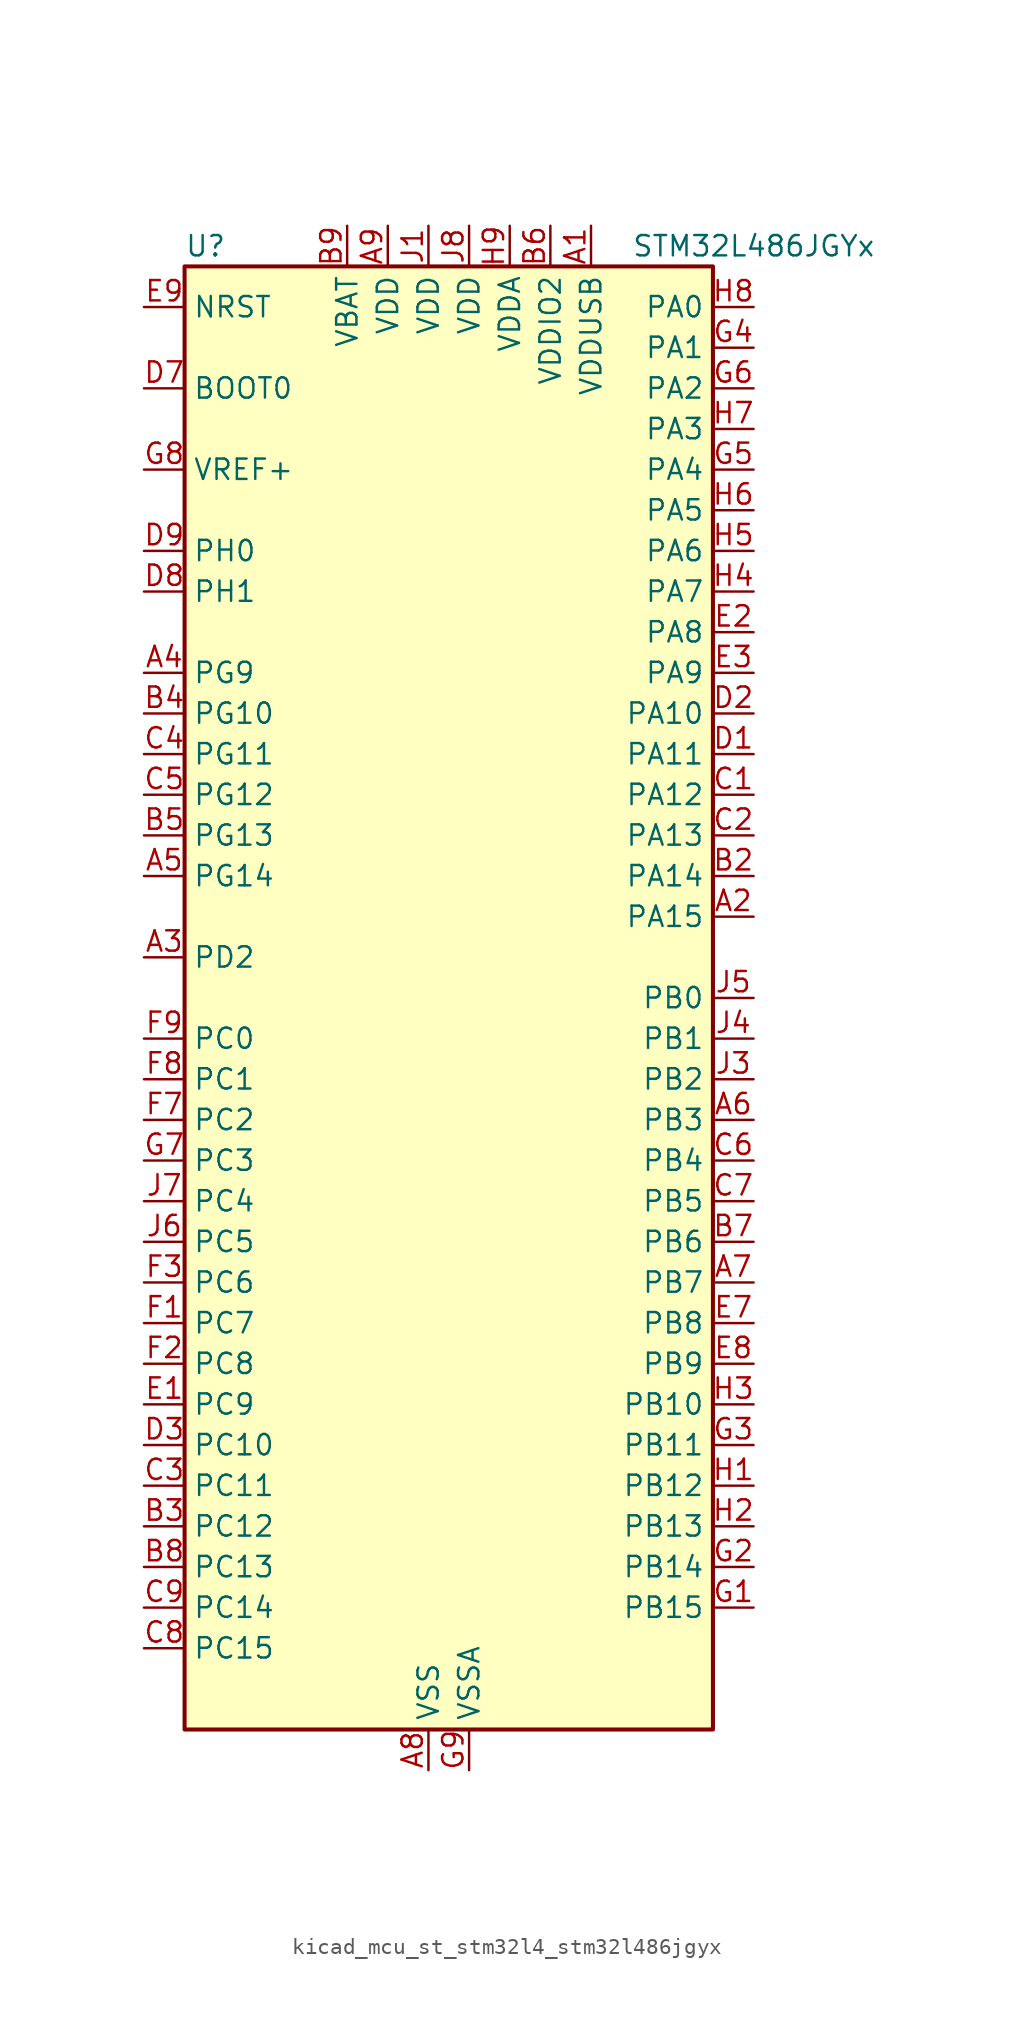
<source format=kicad_sym>
(kicad_symbol_lib
  (version 20220914)
  (generator kicad_symbol_editor)
  (symbol "kicad_mcu_st_stm32l4_stm32l486jgyx"
    (property "Reference" "U"
      (at -15.24 46.99 0)
      (effects (font (size 1.27 1.27)) (justify left)))
    (property "Value" "STM32L486JGYx"
      (at 12.7 46.99 0)
      (effects (font (size 1.27 1.27)) (justify left)))
    (property "ki_locked" ""
      (at 0 0 0)
      (effects (font (size 1.27 1.27))))
    (symbol "kicad_mcu_st_stm32l4_stm32l486jgyx_0_1"
      (rectangle (start -15.24 -45.72) (end 17.78 45.72) (stroke (width 0.254) (type default)) (fill (type background))))
    (symbol "kicad_mcu_st_stm32l4_stm32l486jgyx_1_1"
      (pin power_in line (at 10.16 48.26 270) (length 2.54) (name "VDDUSB" (effects (font (size 1.27 1.27)))) (number "A1" (effects (font (size 1.27 1.27)))))
      (pin bidirectional line (at 20.32 5.08 180) (length 2.54) (name "PA15" (effects (font (size 1.27 1.27)))) (number "A2" (effects (font (size 1.27 1.27)))) (alternate "ADC1_EXTI15" bidirectional line) (alternate "ADC2_EXTI15" bidirectional line) (alternate "ADC3_EXTI15" bidirectional line) (alternate "LCD_SEG17" bidirectional line) (alternate "SAI2_FS_B" bidirectional line) (alternate "SPI1_NSS" bidirectional line) (alternate "SPI3_NSS" bidirectional line) (alternate "SYS_JTDI" bidirectional line) (alternate "TIM2_CH1" bidirectional line) (alternate "TIM2_ETR" bidirectional line) (alternate "TSC_G3_IO1" bidirectional line) (alternate "UART4_DE" bidirectional line) (alternate "UART4_RTS" bidirectional line))
      (pin bidirectional line (at -17.78 2.54 0) (length 2.54) (name "PD2" (effects (font (size 1.27 1.27)))) (number "A3" (effects (font (size 1.27 1.27)))) (alternate "LCD_COM7" bidirectional line) (alternate "LCD_SEG31" bidirectional line) (alternate "LCD_SEG43" bidirectional line) (alternate "SDMMC1_CMD" bidirectional line) (alternate "TIM3_ETR" bidirectional line) (alternate "TSC_SYNC" bidirectional line) (alternate "UART5_RX" bidirectional line) (alternate "USART3_DE" bidirectional line) (alternate "USART3_RTS" bidirectional line))
      (pin bidirectional line (at -17.78 20.32 0) (length 2.54) (name "PG9" (effects (font (size 1.27 1.27)))) (number "A4" (effects (font (size 1.27 1.27)))) (alternate "DAC1_EXTI9" bidirectional line) (alternate "SAI2_SCK_A" bidirectional line) (alternate "SPI3_SCK" bidirectional line) (alternate "TIM15_CH1N" bidirectional line) (alternate "USART1_TX" bidirectional line))
      (pin bidirectional line (at -17.78 7.62 0) (length 2.54) (name "PG14" (effects (font (size 1.27 1.27)))) (number "A5" (effects (font (size 1.27 1.27)))) (alternate "I2C1_SCL" bidirectional line))
      (pin bidirectional line (at 20.32 -7.62 180) (length 2.54) (name "PB3" (effects (font (size 1.27 1.27)))) (number "A6" (effects (font (size 1.27 1.27)))) (alternate "COMP2_INM" bidirectional line) (alternate "LCD_SEG7" bidirectional line) (alternate "SAI1_SCK_B" bidirectional line) (alternate "SPI1_SCK" bidirectional line) (alternate "SPI3_SCK" bidirectional line) (alternate "SYS_JTDO-SWO" bidirectional line) (alternate "TIM2_CH2" bidirectional line) (alternate "USART1_DE" bidirectional line) (alternate "USART1_RTS" bidirectional line))
      (pin bidirectional line (at 20.32 -17.78 180) (length 2.54) (name "PB7" (effects (font (size 1.27 1.27)))) (number "A7" (effects (font (size 1.27 1.27)))) (alternate "COMP2_INM" bidirectional line) (alternate "DFSDM1_CKIN5" bidirectional line) (alternate "I2C1_SDA" bidirectional line) (alternate "LCD_SEG21" bidirectional line) (alternate "LPTIM1_IN2" bidirectional line) (alternate "SYS_PVD_IN" bidirectional line) (alternate "TIM17_CH1N" bidirectional line) (alternate "TIM4_CH2" bidirectional line) (alternate "TIM8_BKIN" bidirectional line) (alternate "TIM8_BKIN_COMP1" bidirectional line) (alternate "TSC_G2_IO4" bidirectional line) (alternate "UART4_CTS" bidirectional line) (alternate "USART1_RX" bidirectional line))
      (pin power_in line (at 0 -48.26 90) (length 2.54) (name "VSS" (effects (font (size 1.27 1.27)))) (number "A8" (effects (font (size 1.27 1.27)))))
      (pin power_in line (at -2.54 48.26 270) (length 2.54) (name "VDD" (effects (font (size 1.27 1.27)))) (number "A9" (effects (font (size 1.27 1.27)))))
      (pin passive line (at 0 -48.26 90) (length 2.54) hide (name "VSS" (effects (font (size 1.27 1.27)))) (number "B1" (effects (font (size 1.27 1.27)))))
      (pin bidirectional line (at 20.32 7.62 180) (length 2.54) (name "PA14" (effects (font (size 1.27 1.27)))) (number "B2" (effects (font (size 1.27 1.27)))) (alternate "SYS_JTCK-SWCLK" bidirectional line))
      (pin bidirectional line (at -17.78 -33.02 0) (length 2.54) (name "PC12" (effects (font (size 1.27 1.27)))) (number "B3" (effects (font (size 1.27 1.27)))) (alternate "LCD_COM6" bidirectional line) (alternate "LCD_SEG30" bidirectional line) (alternate "LCD_SEG42" bidirectional line) (alternate "SAI2_SD_B" bidirectional line) (alternate "SDMMC1_CK" bidirectional line) (alternate "SPI3_MOSI" bidirectional line) (alternate "TSC_G3_IO4" bidirectional line) (alternate "UART5_TX" bidirectional line) (alternate "USART3_CK" bidirectional line))
      (pin bidirectional line (at -17.78 17.78 0) (length 2.54) (name "PG10" (effects (font (size 1.27 1.27)))) (number "B4" (effects (font (size 1.27 1.27)))) (alternate "LPTIM1_IN1" bidirectional line) (alternate "SAI2_FS_A" bidirectional line) (alternate "SPI3_MISO" bidirectional line) (alternate "TIM15_CH1" bidirectional line) (alternate "USART1_RX" bidirectional line))
      (pin bidirectional line (at -17.78 10.16 0) (length 2.54) (name "PG13" (effects (font (size 1.27 1.27)))) (number "B5" (effects (font (size 1.27 1.27)))) (alternate "I2C1_SDA" bidirectional line) (alternate "USART1_CK" bidirectional line))
      (pin power_in line (at 7.62 48.26 270) (length 2.54) (name "VDDIO2" (effects (font (size 1.27 1.27)))) (number "B6" (effects (font (size 1.27 1.27)))))
      (pin bidirectional line (at 20.32 -15.24 180) (length 2.54) (name "PB6" (effects (font (size 1.27 1.27)))) (number "B7" (effects (font (size 1.27 1.27)))) (alternate "COMP2_INP" bidirectional line) (alternate "DFSDM1_DATIN5" bidirectional line) (alternate "I2C1_SCL" bidirectional line) (alternate "LPTIM1_ETR" bidirectional line) (alternate "SAI1_FS_B" bidirectional line) (alternate "TIM16_CH1N" bidirectional line) (alternate "TIM4_CH1" bidirectional line) (alternate "TIM8_BKIN2" bidirectional line) (alternate "TIM8_BKIN2_COMP2" bidirectional line) (alternate "TSC_G2_IO3" bidirectional line) (alternate "USART1_TX" bidirectional line))
      (pin bidirectional line (at -17.78 -35.56 0) (length 2.54) (name "PC13" (effects (font (size 1.27 1.27)))) (number "B8" (effects (font (size 1.27 1.27)))) (alternate "RTC_OUT_ALARM" bidirectional line) (alternate "RTC_OUT_CALIB" bidirectional line) (alternate "RTC_TAMP1" bidirectional line) (alternate "RTC_TS" bidirectional line) (alternate "SYS_WKUP2" bidirectional line))
      (pin power_in line (at -5.08 48.26 270) (length 2.54) (name "VBAT" (effects (font (size 1.27 1.27)))) (number "B9" (effects (font (size 1.27 1.27)))))
      (pin bidirectional line (at 20.32 12.7 180) (length 2.54) (name "PA12" (effects (font (size 1.27 1.27)))) (number "C1" (effects (font (size 1.27 1.27)))) (alternate "CAN1_TX" bidirectional line) (alternate "TIM1_ETR" bidirectional line) (alternate "USART1_DE" bidirectional line) (alternate "USART1_RTS" bidirectional line) (alternate "USB_OTG_FS_DP" bidirectional line))
      (pin bidirectional line (at 20.32 10.16 180) (length 2.54) (name "PA13" (effects (font (size 1.27 1.27)))) (number "C2" (effects (font (size 1.27 1.27)))) (alternate "IR_OUT" bidirectional line) (alternate "SYS_JTMS-SWDIO" bidirectional line) (alternate "USB_OTG_FS_NOE" bidirectional line))
      (pin bidirectional line (at -17.78 -30.48 0) (length 2.54) (name "PC11" (effects (font (size 1.27 1.27)))) (number "C3" (effects (font (size 1.27 1.27)))) (alternate "ADC1_EXTI11" bidirectional line) (alternate "ADC2_EXTI11" bidirectional line) (alternate "ADC3_EXTI11" bidirectional line) (alternate "LCD_COM5" bidirectional line) (alternate "LCD_SEG29" bidirectional line) (alternate "LCD_SEG41" bidirectional line) (alternate "SAI2_MCLK_B" bidirectional line) (alternate "SDMMC1_D3" bidirectional line) (alternate "SPI3_MISO" bidirectional line) (alternate "TSC_G3_IO3" bidirectional line) (alternate "UART4_RX" bidirectional line) (alternate "USART3_RX" bidirectional line))
      (pin bidirectional line (at -17.78 15.24 0) (length 2.54) (name "PG11" (effects (font (size 1.27 1.27)))) (number "C4" (effects (font (size 1.27 1.27)))) (alternate "ADC1_EXTI11" bidirectional line) (alternate "ADC2_EXTI11" bidirectional line) (alternate "ADC3_EXTI11" bidirectional line) (alternate "LPTIM1_IN2" bidirectional line) (alternate "SAI2_MCLK_A" bidirectional line) (alternate "SPI3_MOSI" bidirectional line) (alternate "TIM15_CH2" bidirectional line) (alternate "USART1_CTS" bidirectional line))
      (pin bidirectional line (at -17.78 12.7 0) (length 2.54) (name "PG12" (effects (font (size 1.27 1.27)))) (number "C5" (effects (font (size 1.27 1.27)))) (alternate "LPTIM1_ETR" bidirectional line) (alternate "SAI2_SD_A" bidirectional line) (alternate "SPI3_NSS" bidirectional line) (alternate "USART1_DE" bidirectional line) (alternate "USART1_RTS" bidirectional line))
      (pin bidirectional line (at 20.32 -10.16 180) (length 2.54) (name "PB4" (effects (font (size 1.27 1.27)))) (number "C6" (effects (font (size 1.27 1.27)))) (alternate "COMP2_INP" bidirectional line) (alternate "LCD_SEG8" bidirectional line) (alternate "SAI1_MCLK_B" bidirectional line) (alternate "SPI1_MISO" bidirectional line) (alternate "SPI3_MISO" bidirectional line) (alternate "SYS_JTRST" bidirectional line) (alternate "TIM17_BKIN" bidirectional line) (alternate "TIM3_CH1" bidirectional line) (alternate "TSC_G2_IO1" bidirectional line) (alternate "UART5_DE" bidirectional line) (alternate "UART5_RTS" bidirectional line) (alternate "USART1_CTS" bidirectional line))
      (pin bidirectional line (at 20.32 -12.7 180) (length 2.54) (name "PB5" (effects (font (size 1.27 1.27)))) (number "C7" (effects (font (size 1.27 1.27)))) (alternate "COMP2_OUT" bidirectional line) (alternate "I2C1_SMBA" bidirectional line) (alternate "LCD_SEG9" bidirectional line) (alternate "LPTIM1_IN1" bidirectional line) (alternate "SAI1_SD_B" bidirectional line) (alternate "SPI1_MOSI" bidirectional line) (alternate "SPI3_MOSI" bidirectional line) (alternate "TIM16_BKIN" bidirectional line) (alternate "TIM3_CH2" bidirectional line) (alternate "TSC_G2_IO2" bidirectional line) (alternate "UART5_CTS" bidirectional line) (alternate "USART1_CK" bidirectional line))
      (pin bidirectional line (at -17.78 -40.64 0) (length 2.54) (name "PC15" (effects (font (size 1.27 1.27)))) (number "C8" (effects (font (size 1.27 1.27)))) (alternate "ADC1_EXTI15" bidirectional line) (alternate "ADC2_EXTI15" bidirectional line) (alternate "ADC3_EXTI15" bidirectional line) (alternate "RCC_OSC32_OUT" bidirectional line))
      (pin bidirectional line (at -17.78 -38.1 0) (length 2.54) (name "PC14" (effects (font (size 1.27 1.27)))) (number "C9" (effects (font (size 1.27 1.27)))) (alternate "RCC_OSC32_IN" bidirectional line))
      (pin bidirectional line (at 20.32 15.24 180) (length 2.54) (name "PA11" (effects (font (size 1.27 1.27)))) (number "D1" (effects (font (size 1.27 1.27)))) (alternate "ADC1_EXTI11" bidirectional line) (alternate "ADC2_EXTI11" bidirectional line) (alternate "ADC3_EXTI11" bidirectional line) (alternate "CAN1_RX" bidirectional line) (alternate "TIM1_BKIN2" bidirectional line) (alternate "TIM1_BKIN2_COMP1" bidirectional line) (alternate "TIM1_CH4" bidirectional line) (alternate "USART1_CTS" bidirectional line) (alternate "USB_OTG_FS_DM" bidirectional line))
      (pin bidirectional line (at 20.32 17.78 180) (length 2.54) (name "PA10" (effects (font (size 1.27 1.27)))) (number "D2" (effects (font (size 1.27 1.27)))) (alternate "LCD_COM2" bidirectional line) (alternate "TIM17_BKIN" bidirectional line) (alternate "TIM1_CH3" bidirectional line) (alternate "USART1_RX" bidirectional line) (alternate "USB_OTG_FS_ID" bidirectional line))
      (pin bidirectional line (at -17.78 -27.94 0) (length 2.54) (name "PC10" (effects (font (size 1.27 1.27)))) (number "D3" (effects (font (size 1.27 1.27)))) (alternate "LCD_COM4" bidirectional line) (alternate "LCD_SEG28" bidirectional line) (alternate "LCD_SEG40" bidirectional line) (alternate "SAI2_SCK_B" bidirectional line) (alternate "SDMMC1_D2" bidirectional line) (alternate "SPI3_SCK" bidirectional line) (alternate "TSC_G3_IO2" bidirectional line) (alternate "UART4_TX" bidirectional line) (alternate "USART3_TX" bidirectional line))
      (pin input line (at -17.78 38.1 0) (length 2.54) (name "BOOT0" (effects (font (size 1.27 1.27)))) (number "D7" (effects (font (size 1.27 1.27)))))
      (pin bidirectional line (at -17.78 25.4 0) (length 2.54) (name "PH1" (effects (font (size 1.27 1.27)))) (number "D8" (effects (font (size 1.27 1.27)))) (alternate "RCC_OSC_OUT" bidirectional line))
      (pin bidirectional line (at -17.78 27.94 0) (length 2.54) (name "PH0" (effects (font (size 1.27 1.27)))) (number "D9" (effects (font (size 1.27 1.27)))) (alternate "RCC_OSC_IN" bidirectional line))
      (pin bidirectional line (at -17.78 -25.4 0) (length 2.54) (name "PC9" (effects (font (size 1.27 1.27)))) (number "E1" (effects (font (size 1.27 1.27)))) (alternate "DAC1_EXTI9" bidirectional line) (alternate "LCD_SEG27" bidirectional line) (alternate "SAI2_EXTCLK" bidirectional line) (alternate "SDMMC1_D1" bidirectional line) (alternate "TIM3_CH4" bidirectional line) (alternate "TIM8_BKIN2" bidirectional line) (alternate "TIM8_BKIN2_COMP1" bidirectional line) (alternate "TIM8_CH4" bidirectional line) (alternate "TSC_G4_IO4" bidirectional line) (alternate "USB_OTG_FS_NOE" bidirectional line))
      (pin bidirectional line (at 20.32 22.86 180) (length 2.54) (name "PA8" (effects (font (size 1.27 1.27)))) (number "E2" (effects (font (size 1.27 1.27)))) (alternate "LCD_COM0" bidirectional line) (alternate "LPTIM2_OUT" bidirectional line) (alternate "RCC_MCO" bidirectional line) (alternate "TIM1_CH1" bidirectional line) (alternate "USART1_CK" bidirectional line) (alternate "USB_OTG_FS_SOF" bidirectional line))
      (pin bidirectional line (at 20.32 20.32 180) (length 2.54) (name "PA9" (effects (font (size 1.27 1.27)))) (number "E3" (effects (font (size 1.27 1.27)))) (alternate "DAC1_EXTI9" bidirectional line) (alternate "LCD_COM1" bidirectional line) (alternate "TIM15_BKIN" bidirectional line) (alternate "TIM1_CH2" bidirectional line) (alternate "USART1_TX" bidirectional line) (alternate "USB_OTG_FS_VBUS" bidirectional line))
      (pin bidirectional line (at 20.32 -20.32 180) (length 2.54) (name "PB8" (effects (font (size 1.27 1.27)))) (number "E7" (effects (font (size 1.27 1.27)))) (alternate "CAN1_RX" bidirectional line) (alternate "DFSDM1_DATIN6" bidirectional line) (alternate "I2C1_SCL" bidirectional line) (alternate "LCD_SEG16" bidirectional line) (alternate "SAI1_MCLK_A" bidirectional line) (alternate "SDMMC1_D4" bidirectional line) (alternate "TIM16_CH1" bidirectional line) (alternate "TIM4_CH3" bidirectional line))
      (pin bidirectional line (at 20.32 -22.86 180) (length 2.54) (name "PB9" (effects (font (size 1.27 1.27)))) (number "E8" (effects (font (size 1.27 1.27)))) (alternate "CAN1_TX" bidirectional line) (alternate "DAC1_EXTI9" bidirectional line) (alternate "DFSDM1_CKIN6" bidirectional line) (alternate "I2C1_SDA" bidirectional line) (alternate "IR_OUT" bidirectional line) (alternate "LCD_COM3" bidirectional line) (alternate "SAI1_FS_A" bidirectional line) (alternate "SDMMC1_D5" bidirectional line) (alternate "SPI2_NSS" bidirectional line) (alternate "TIM17_CH1" bidirectional line) (alternate "TIM4_CH4" bidirectional line))
      (pin input line (at -17.78 43.18 0) (length 2.54) (name "NRST" (effects (font (size 1.27 1.27)))) (number "E9" (effects (font (size 1.27 1.27)))))
      (pin bidirectional line (at -17.78 -20.32 0) (length 2.54) (name "PC7" (effects (font (size 1.27 1.27)))) (number "F1" (effects (font (size 1.27 1.27)))) (alternate "DFSDM1_DATIN3" bidirectional line) (alternate "LCD_SEG25" bidirectional line) (alternate "SAI2_MCLK_B" bidirectional line) (alternate "SDMMC1_D7" bidirectional line) (alternate "TIM3_CH2" bidirectional line) (alternate "TIM8_CH2" bidirectional line) (alternate "TSC_G4_IO2" bidirectional line))
      (pin bidirectional line (at -17.78 -22.86 0) (length 2.54) (name "PC8" (effects (font (size 1.27 1.27)))) (number "F2" (effects (font (size 1.27 1.27)))) (alternate "LCD_SEG26" bidirectional line) (alternate "SDMMC1_D0" bidirectional line) (alternate "TIM3_CH3" bidirectional line) (alternate "TIM8_CH3" bidirectional line) (alternate "TSC_G4_IO3" bidirectional line))
      (pin bidirectional line (at -17.78 -17.78 0) (length 2.54) (name "PC6" (effects (font (size 1.27 1.27)))) (number "F3" (effects (font (size 1.27 1.27)))) (alternate "DFSDM1_CKIN3" bidirectional line) (alternate "LCD_SEG24" bidirectional line) (alternate "SAI2_MCLK_A" bidirectional line) (alternate "SDMMC1_D6" bidirectional line) (alternate "TIM3_CH1" bidirectional line) (alternate "TIM8_CH1" bidirectional line) (alternate "TSC_G4_IO1" bidirectional line))
      (pin bidirectional line (at -17.78 -7.62 0) (length 2.54) (name "PC2" (effects (font (size 1.27 1.27)))) (number "F7" (effects (font (size 1.27 1.27)))) (alternate "ADC1_IN3" bidirectional line) (alternate "ADC2_IN3" bidirectional line) (alternate "ADC3_IN3" bidirectional line) (alternate "DFSDM1_CKOUT" bidirectional line) (alternate "LCD_SEG20" bidirectional line) (alternate "LPTIM1_IN2" bidirectional line) (alternate "SPI2_MISO" bidirectional line))
      (pin bidirectional line (at -17.78 -5.08 0) (length 2.54) (name "PC1" (effects (font (size 1.27 1.27)))) (number "F8" (effects (font (size 1.27 1.27)))) (alternate "ADC1_IN2" bidirectional line) (alternate "ADC2_IN2" bidirectional line) (alternate "ADC3_IN2" bidirectional line) (alternate "DFSDM1_CKIN4" bidirectional line) (alternate "I2C3_SDA" bidirectional line) (alternate "LCD_SEG19" bidirectional line) (alternate "LPTIM1_OUT" bidirectional line) (alternate "LPUART1_TX" bidirectional line))
      (pin bidirectional line (at -17.78 -2.54 0) (length 2.54) (name "PC0" (effects (font (size 1.27 1.27)))) (number "F9" (effects (font (size 1.27 1.27)))) (alternate "ADC1_IN1" bidirectional line) (alternate "ADC2_IN1" bidirectional line) (alternate "ADC3_IN1" bidirectional line) (alternate "DFSDM1_DATIN4" bidirectional line) (alternate "I2C3_SCL" bidirectional line) (alternate "LCD_SEG18" bidirectional line) (alternate "LPTIM1_IN1" bidirectional line) (alternate "LPTIM2_IN1" bidirectional line) (alternate "LPUART1_RX" bidirectional line))
      (pin bidirectional line (at 20.32 -38.1 180) (length 2.54) (name "PB15" (effects (font (size 1.27 1.27)))) (number "G1" (effects (font (size 1.27 1.27)))) (alternate "ADC1_EXTI15" bidirectional line) (alternate "ADC2_EXTI15" bidirectional line) (alternate "ADC3_EXTI15" bidirectional line) (alternate "DFSDM1_CKIN2" bidirectional line) (alternate "LCD_SEG15" bidirectional line) (alternate "RTC_REFIN" bidirectional line) (alternate "SAI2_SD_A" bidirectional line) (alternate "SPI2_MOSI" bidirectional line) (alternate "SWPMI1_SUSPEND" bidirectional line) (alternate "TIM15_CH2" bidirectional line) (alternate "TIM1_CH3N" bidirectional line) (alternate "TIM8_CH3N" bidirectional line) (alternate "TSC_G1_IO4" bidirectional line))
      (pin bidirectional line (at 20.32 -35.56 180) (length 2.54) (name "PB14" (effects (font (size 1.27 1.27)))) (number "G2" (effects (font (size 1.27 1.27)))) (alternate "DFSDM1_DATIN2" bidirectional line) (alternate "I2C2_SDA" bidirectional line) (alternate "LCD_SEG14" bidirectional line) (alternate "SAI2_MCLK_A" bidirectional line) (alternate "SPI2_MISO" bidirectional line) (alternate "SWPMI1_RX" bidirectional line) (alternate "TIM15_CH1" bidirectional line) (alternate "TIM1_CH2N" bidirectional line) (alternate "TIM8_CH2N" bidirectional line) (alternate "TSC_G1_IO3" bidirectional line) (alternate "USART3_DE" bidirectional line) (alternate "USART3_RTS" bidirectional line))
      (pin bidirectional line (at 20.32 -27.94 180) (length 2.54) (name "PB11" (effects (font (size 1.27 1.27)))) (number "G3" (effects (font (size 1.27 1.27)))) (alternate "ADC1_EXTI11" bidirectional line) (alternate "ADC2_EXTI11" bidirectional line) (alternate "ADC3_EXTI11" bidirectional line) (alternate "COMP2_OUT" bidirectional line) (alternate "DFSDM1_CKIN7" bidirectional line) (alternate "I2C2_SDA" bidirectional line) (alternate "LCD_SEG11" bidirectional line) (alternate "LPUART1_TX" bidirectional line) (alternate "QUADSPI_NCS" bidirectional line) (alternate "TIM2_CH4" bidirectional line) (alternate "USART3_RX" bidirectional line))
      (pin bidirectional line (at 20.32 40.64 180) (length 2.54) (name "PA1" (effects (font (size 1.27 1.27)))) (number "G4" (effects (font (size 1.27 1.27)))) (alternate "ADC1_IN6" bidirectional line) (alternate "ADC2_IN6" bidirectional line) (alternate "LCD_SEG0" bidirectional line) (alternate "OPAMP1_VINM" bidirectional line) (alternate "TIM15_CH1N" bidirectional line) (alternate "TIM2_CH2" bidirectional line) (alternate "TIM5_CH2" bidirectional line) (alternate "UART4_RX" bidirectional line) (alternate "USART2_DE" bidirectional line) (alternate "USART2_RTS" bidirectional line))
      (pin bidirectional line (at 20.32 33.02 180) (length 2.54) (name "PA4" (effects (font (size 1.27 1.27)))) (number "G5" (effects (font (size 1.27 1.27)))) (alternate "ADC1_IN9" bidirectional line) (alternate "ADC2_IN9" bidirectional line) (alternate "DAC1_OUT1" bidirectional line) (alternate "LPTIM2_OUT" bidirectional line) (alternate "SAI1_FS_B" bidirectional line) (alternate "SPI1_NSS" bidirectional line) (alternate "SPI3_NSS" bidirectional line) (alternate "USART2_CK" bidirectional line))
      (pin bidirectional line (at 20.32 38.1 180) (length 2.54) (name "PA2" (effects (font (size 1.27 1.27)))) (number "G6" (effects (font (size 1.27 1.27)))) (alternate "ADC1_IN7" bidirectional line) (alternate "ADC2_IN7" bidirectional line) (alternate "LCD_SEG1" bidirectional line) (alternate "RCC_LSCO" bidirectional line) (alternate "SAI2_EXTCLK" bidirectional line) (alternate "SYS_WKUP4" bidirectional line) (alternate "TIM15_CH1" bidirectional line) (alternate "TIM2_CH3" bidirectional line) (alternate "TIM5_CH3" bidirectional line) (alternate "USART2_TX" bidirectional line))
      (pin bidirectional line (at -17.78 -10.16 0) (length 2.54) (name "PC3" (effects (font (size 1.27 1.27)))) (number "G7" (effects (font (size 1.27 1.27)))) (alternate "ADC1_IN4" bidirectional line) (alternate "ADC2_IN4" bidirectional line) (alternate "ADC3_IN4" bidirectional line) (alternate "LCD_VLCD" bidirectional line) (alternate "LPTIM1_ETR" bidirectional line) (alternate "LPTIM2_ETR" bidirectional line) (alternate "SAI1_SD_A" bidirectional line) (alternate "SPI2_MOSI" bidirectional line))
      (pin input line (at -17.78 33.02 0) (length 2.54) (name "VREF+" (effects (font (size 1.27 1.27)))) (number "G8" (effects (font (size 1.27 1.27)))) (alternate "VREFBUF_OUT" bidirectional line))
      (pin power_in line (at 2.54 -48.26 90) (length 2.54) (name "VSSA" (effects (font (size 1.27 1.27)))) (number "G9" (effects (font (size 1.27 1.27)))))
      (pin bidirectional line (at 20.32 -30.48 180) (length 2.54) (name "PB12" (effects (font (size 1.27 1.27)))) (number "H1" (effects (font (size 1.27 1.27)))) (alternate "DFSDM1_DATIN1" bidirectional line) (alternate "I2C2_SMBA" bidirectional line) (alternate "LCD_SEG12" bidirectional line) (alternate "LPUART1_DE" bidirectional line) (alternate "LPUART1_RTS" bidirectional line) (alternate "SAI2_FS_A" bidirectional line) (alternate "SPI2_NSS" bidirectional line) (alternate "SWPMI1_IO" bidirectional line) (alternate "TIM15_BKIN" bidirectional line) (alternate "TIM1_BKIN" bidirectional line) (alternate "TIM1_BKIN_COMP2" bidirectional line) (alternate "TSC_G1_IO1" bidirectional line) (alternate "USART3_CK" bidirectional line))
      (pin bidirectional line (at 20.32 -33.02 180) (length 2.54) (name "PB13" (effects (font (size 1.27 1.27)))) (number "H2" (effects (font (size 1.27 1.27)))) (alternate "DFSDM1_CKIN1" bidirectional line) (alternate "I2C2_SCL" bidirectional line) (alternate "LCD_SEG13" bidirectional line) (alternate "LPUART1_CTS" bidirectional line) (alternate "SAI2_SCK_A" bidirectional line) (alternate "SPI2_SCK" bidirectional line) (alternate "SWPMI1_TX" bidirectional line) (alternate "TIM15_CH1N" bidirectional line) (alternate "TIM1_CH1N" bidirectional line) (alternate "TSC_G1_IO2" bidirectional line) (alternate "USART3_CTS" bidirectional line))
      (pin bidirectional line (at 20.32 -25.4 180) (length 2.54) (name "PB10" (effects (font (size 1.27 1.27)))) (number "H3" (effects (font (size 1.27 1.27)))) (alternate "COMP1_OUT" bidirectional line) (alternate "DFSDM1_DATIN7" bidirectional line) (alternate "I2C2_SCL" bidirectional line) (alternate "LCD_SEG10" bidirectional line) (alternate "LPUART1_RX" bidirectional line) (alternate "QUADSPI_CLK" bidirectional line) (alternate "SAI1_SCK_A" bidirectional line) (alternate "SPI2_SCK" bidirectional line) (alternate "TIM2_CH3" bidirectional line) (alternate "USART3_TX" bidirectional line))
      (pin bidirectional line (at 20.32 25.4 180) (length 2.54) (name "PA7" (effects (font (size 1.27 1.27)))) (number "H4" (effects (font (size 1.27 1.27)))) (alternate "ADC1_IN12" bidirectional line) (alternate "ADC2_IN12" bidirectional line) (alternate "LCD_SEG4" bidirectional line) (alternate "OPAMP2_VINM" bidirectional line) (alternate "QUADSPI_BK1_IO2" bidirectional line) (alternate "SPI1_MOSI" bidirectional line) (alternate "TIM17_CH1" bidirectional line) (alternate "TIM1_CH1N" bidirectional line) (alternate "TIM3_CH2" bidirectional line) (alternate "TIM8_CH1N" bidirectional line))
      (pin bidirectional line (at 20.32 27.94 180) (length 2.54) (name "PA6" (effects (font (size 1.27 1.27)))) (number "H5" (effects (font (size 1.27 1.27)))) (alternate "ADC1_IN11" bidirectional line) (alternate "ADC2_IN11" bidirectional line) (alternate "LCD_SEG3" bidirectional line) (alternate "OPAMP2_VINP" bidirectional line) (alternate "QUADSPI_BK1_IO3" bidirectional line) (alternate "SPI1_MISO" bidirectional line) (alternate "TIM16_CH1" bidirectional line) (alternate "TIM1_BKIN" bidirectional line) (alternate "TIM1_BKIN_COMP2" bidirectional line) (alternate "TIM3_CH1" bidirectional line) (alternate "TIM8_BKIN" bidirectional line) (alternate "TIM8_BKIN_COMP2" bidirectional line) (alternate "USART3_CTS" bidirectional line))
      (pin bidirectional line (at 20.32 30.48 180) (length 2.54) (name "PA5" (effects (font (size 1.27 1.27)))) (number "H6" (effects (font (size 1.27 1.27)))) (alternate "ADC1_IN10" bidirectional line) (alternate "ADC2_IN10" bidirectional line) (alternate "DAC1_OUT2" bidirectional line) (alternate "LPTIM2_ETR" bidirectional line) (alternate "SPI1_SCK" bidirectional line) (alternate "TIM2_CH1" bidirectional line) (alternate "TIM2_ETR" bidirectional line) (alternate "TIM8_CH1N" bidirectional line))
      (pin bidirectional line (at 20.32 35.56 180) (length 2.54) (name "PA3" (effects (font (size 1.27 1.27)))) (number "H7" (effects (font (size 1.27 1.27)))) (alternate "ADC1_IN8" bidirectional line) (alternate "ADC2_IN8" bidirectional line) (alternate "LCD_SEG2" bidirectional line) (alternate "OPAMP1_VOUT" bidirectional line) (alternate "TIM15_CH2" bidirectional line) (alternate "TIM2_CH4" bidirectional line) (alternate "TIM5_CH4" bidirectional line) (alternate "USART2_RX" bidirectional line))
      (pin bidirectional line (at 20.32 43.18 180) (length 2.54) (name "PA0" (effects (font (size 1.27 1.27)))) (number "H8" (effects (font (size 1.27 1.27)))) (alternate "ADC1_IN5" bidirectional line) (alternate "ADC2_IN5" bidirectional line) (alternate "OPAMP1_VINP" bidirectional line) (alternate "RTC_TAMP2" bidirectional line) (alternate "SAI1_EXTCLK" bidirectional line) (alternate "SYS_WKUP1" bidirectional line) (alternate "TIM2_CH1" bidirectional line) (alternate "TIM2_ETR" bidirectional line) (alternate "TIM5_CH1" bidirectional line) (alternate "TIM8_ETR" bidirectional line) (alternate "UART4_TX" bidirectional line) (alternate "USART2_CTS" bidirectional line))
      (pin power_in line (at 5.08 48.26 270) (length 2.54) (name "VDDA" (effects (font (size 1.27 1.27)))) (number "H9" (effects (font (size 1.27 1.27)))))
      (pin power_in line (at 0 48.26 270) (length 2.54) (name "VDD" (effects (font (size 1.27 1.27)))) (number "J1" (effects (font (size 1.27 1.27)))))
      (pin passive line (at 0 -48.26 90) (length 2.54) hide (name "VSS" (effects (font (size 1.27 1.27)))) (number "J2" (effects (font (size 1.27 1.27)))))
      (pin bidirectional line (at 20.32 -5.08 180) (length 2.54) (name "PB2" (effects (font (size 1.27 1.27)))) (number "J3" (effects (font (size 1.27 1.27)))) (alternate "COMP1_INP" bidirectional line) (alternate "DFSDM1_CKIN0" bidirectional line) (alternate "I2C3_SMBA" bidirectional line) (alternate "LPTIM1_OUT" bidirectional line) (alternate "RTC_OUT_ALARM" bidirectional line) (alternate "RTC_OUT_CALIB" bidirectional line))
      (pin bidirectional line (at 20.32 -2.54 180) (length 2.54) (name "PB1" (effects (font (size 1.27 1.27)))) (number "J4" (effects (font (size 1.27 1.27)))) (alternate "ADC1_IN16" bidirectional line) (alternate "ADC2_IN16" bidirectional line) (alternate "COMP1_INM" bidirectional line) (alternate "DFSDM1_DATIN0" bidirectional line) (alternate "LCD_SEG6" bidirectional line) (alternate "LPTIM2_IN1" bidirectional line) (alternate "QUADSPI_BK1_IO0" bidirectional line) (alternate "TIM1_CH3N" bidirectional line) (alternate "TIM3_CH4" bidirectional line) (alternate "TIM8_CH3N" bidirectional line) (alternate "USART3_DE" bidirectional line) (alternate "USART3_RTS" bidirectional line))
      (pin bidirectional line (at 20.32 0 180) (length 2.54) (name "PB0" (effects (font (size 1.27 1.27)))) (number "J5" (effects (font (size 1.27 1.27)))) (alternate "ADC1_IN15" bidirectional line) (alternate "ADC2_IN15" bidirectional line) (alternate "COMP1_OUT" bidirectional line) (alternate "LCD_SEG5" bidirectional line) (alternate "OPAMP2_VOUT" bidirectional line) (alternate "QUADSPI_BK1_IO1" bidirectional line) (alternate "TIM1_CH2N" bidirectional line) (alternate "TIM3_CH3" bidirectional line) (alternate "TIM8_CH2N" bidirectional line) (alternate "USART3_CK" bidirectional line))
      (pin bidirectional line (at -17.78 -15.24 0) (length 2.54) (name "PC5" (effects (font (size 1.27 1.27)))) (number "J6" (effects (font (size 1.27 1.27)))) (alternate "ADC1_IN14" bidirectional line) (alternate "ADC2_IN14" bidirectional line) (alternate "COMP1_INP" bidirectional line) (alternate "LCD_SEG23" bidirectional line) (alternate "SYS_WKUP5" bidirectional line) (alternate "USART3_RX" bidirectional line))
      (pin bidirectional line (at -17.78 -12.7 0) (length 2.54) (name "PC4" (effects (font (size 1.27 1.27)))) (number "J7" (effects (font (size 1.27 1.27)))) (alternate "ADC1_IN13" bidirectional line) (alternate "ADC2_IN13" bidirectional line) (alternate "COMP1_INM" bidirectional line) (alternate "LCD_SEG22" bidirectional line) (alternate "USART3_TX" bidirectional line))
      (pin power_in line (at 2.54 48.26 270) (length 2.54) (name "VDD" (effects (font (size 1.27 1.27)))) (number "J8" (effects (font (size 1.27 1.27)))))
      (pin passive line (at 0 -48.26 90) (length 2.54) hide (name "VSS" (effects (font (size 1.27 1.27)))) (number "J9" (effects (font (size 1.27 1.27))))))))
</source>
